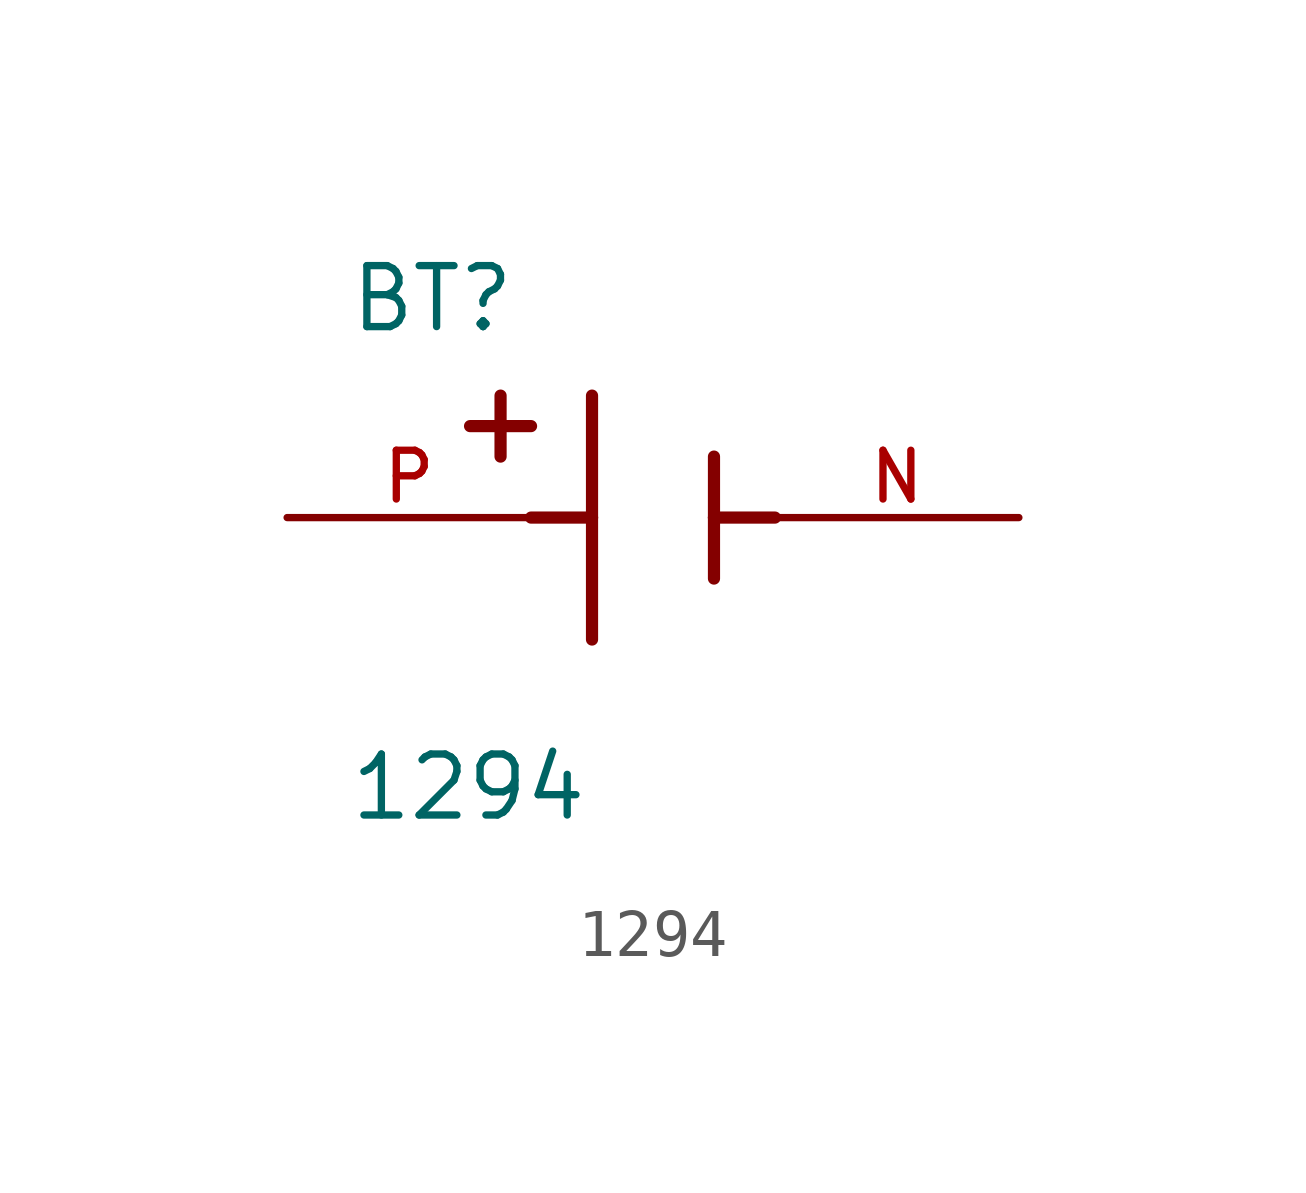
<source format=kicad_sym>
(kicad_symbol_lib
  (version 20211014)
  (generator kicad_symbol_editor)
  (symbol "1294"
    (pin_names
      (offset 1.016))
    (property "Reference" "BT"
      (at -6.361 3.814 0)
      (effects (font (size 1.27 1.27)) (justify bottom left)))
    (property "Value" "1294"
      (at -6.362 -6.358 0)
      (effects (font (size 1.27 1.27)) (justify bottom left)))
    (symbol "1294_0_0"
      (polyline (pts (xy -1.27 2.54) (xy -1.27 0.0)) (stroke (width 0.254)))
      (polyline (pts (xy -1.27 0.0) (xy -1.27 -2.54)) (stroke (width 0.254)))
      (polyline (pts (xy 1.27 1.27) (xy 1.27 0.0)) (stroke (width 0.254)))
      (polyline (pts (xy 1.27 0.0) (xy 1.27 -1.27)) (stroke (width 0.254)))
      (polyline (pts (xy -1.27 0.0) (xy -2.54 0.0)) (stroke (width 0.254)))
      (polyline (pts (xy 1.27 0.0) (xy 2.54 0.0)) (stroke (width 0.254)))
      (polyline (pts (xy -3.175 2.54) (xy -3.175 1.27)) (stroke (width 0.254)))
      (polyline (pts (xy -3.81 1.905) (xy -2.54 1.905)) (stroke (width 0.254)))
      (pin passive line (at -7.62 0.0 0) (length 5.08) (name "~" (effects (font (size 1.016 1.016)))) (number "P" (effects (font (size 1.016 1.016)))))
      (pin passive line (at 7.62 0.0 180.0) (length 5.08) (name "~" (effects (font (size 1.016 1.016)))) (number "N" (effects (font (size 1.016 1.016))))))))
</source>
